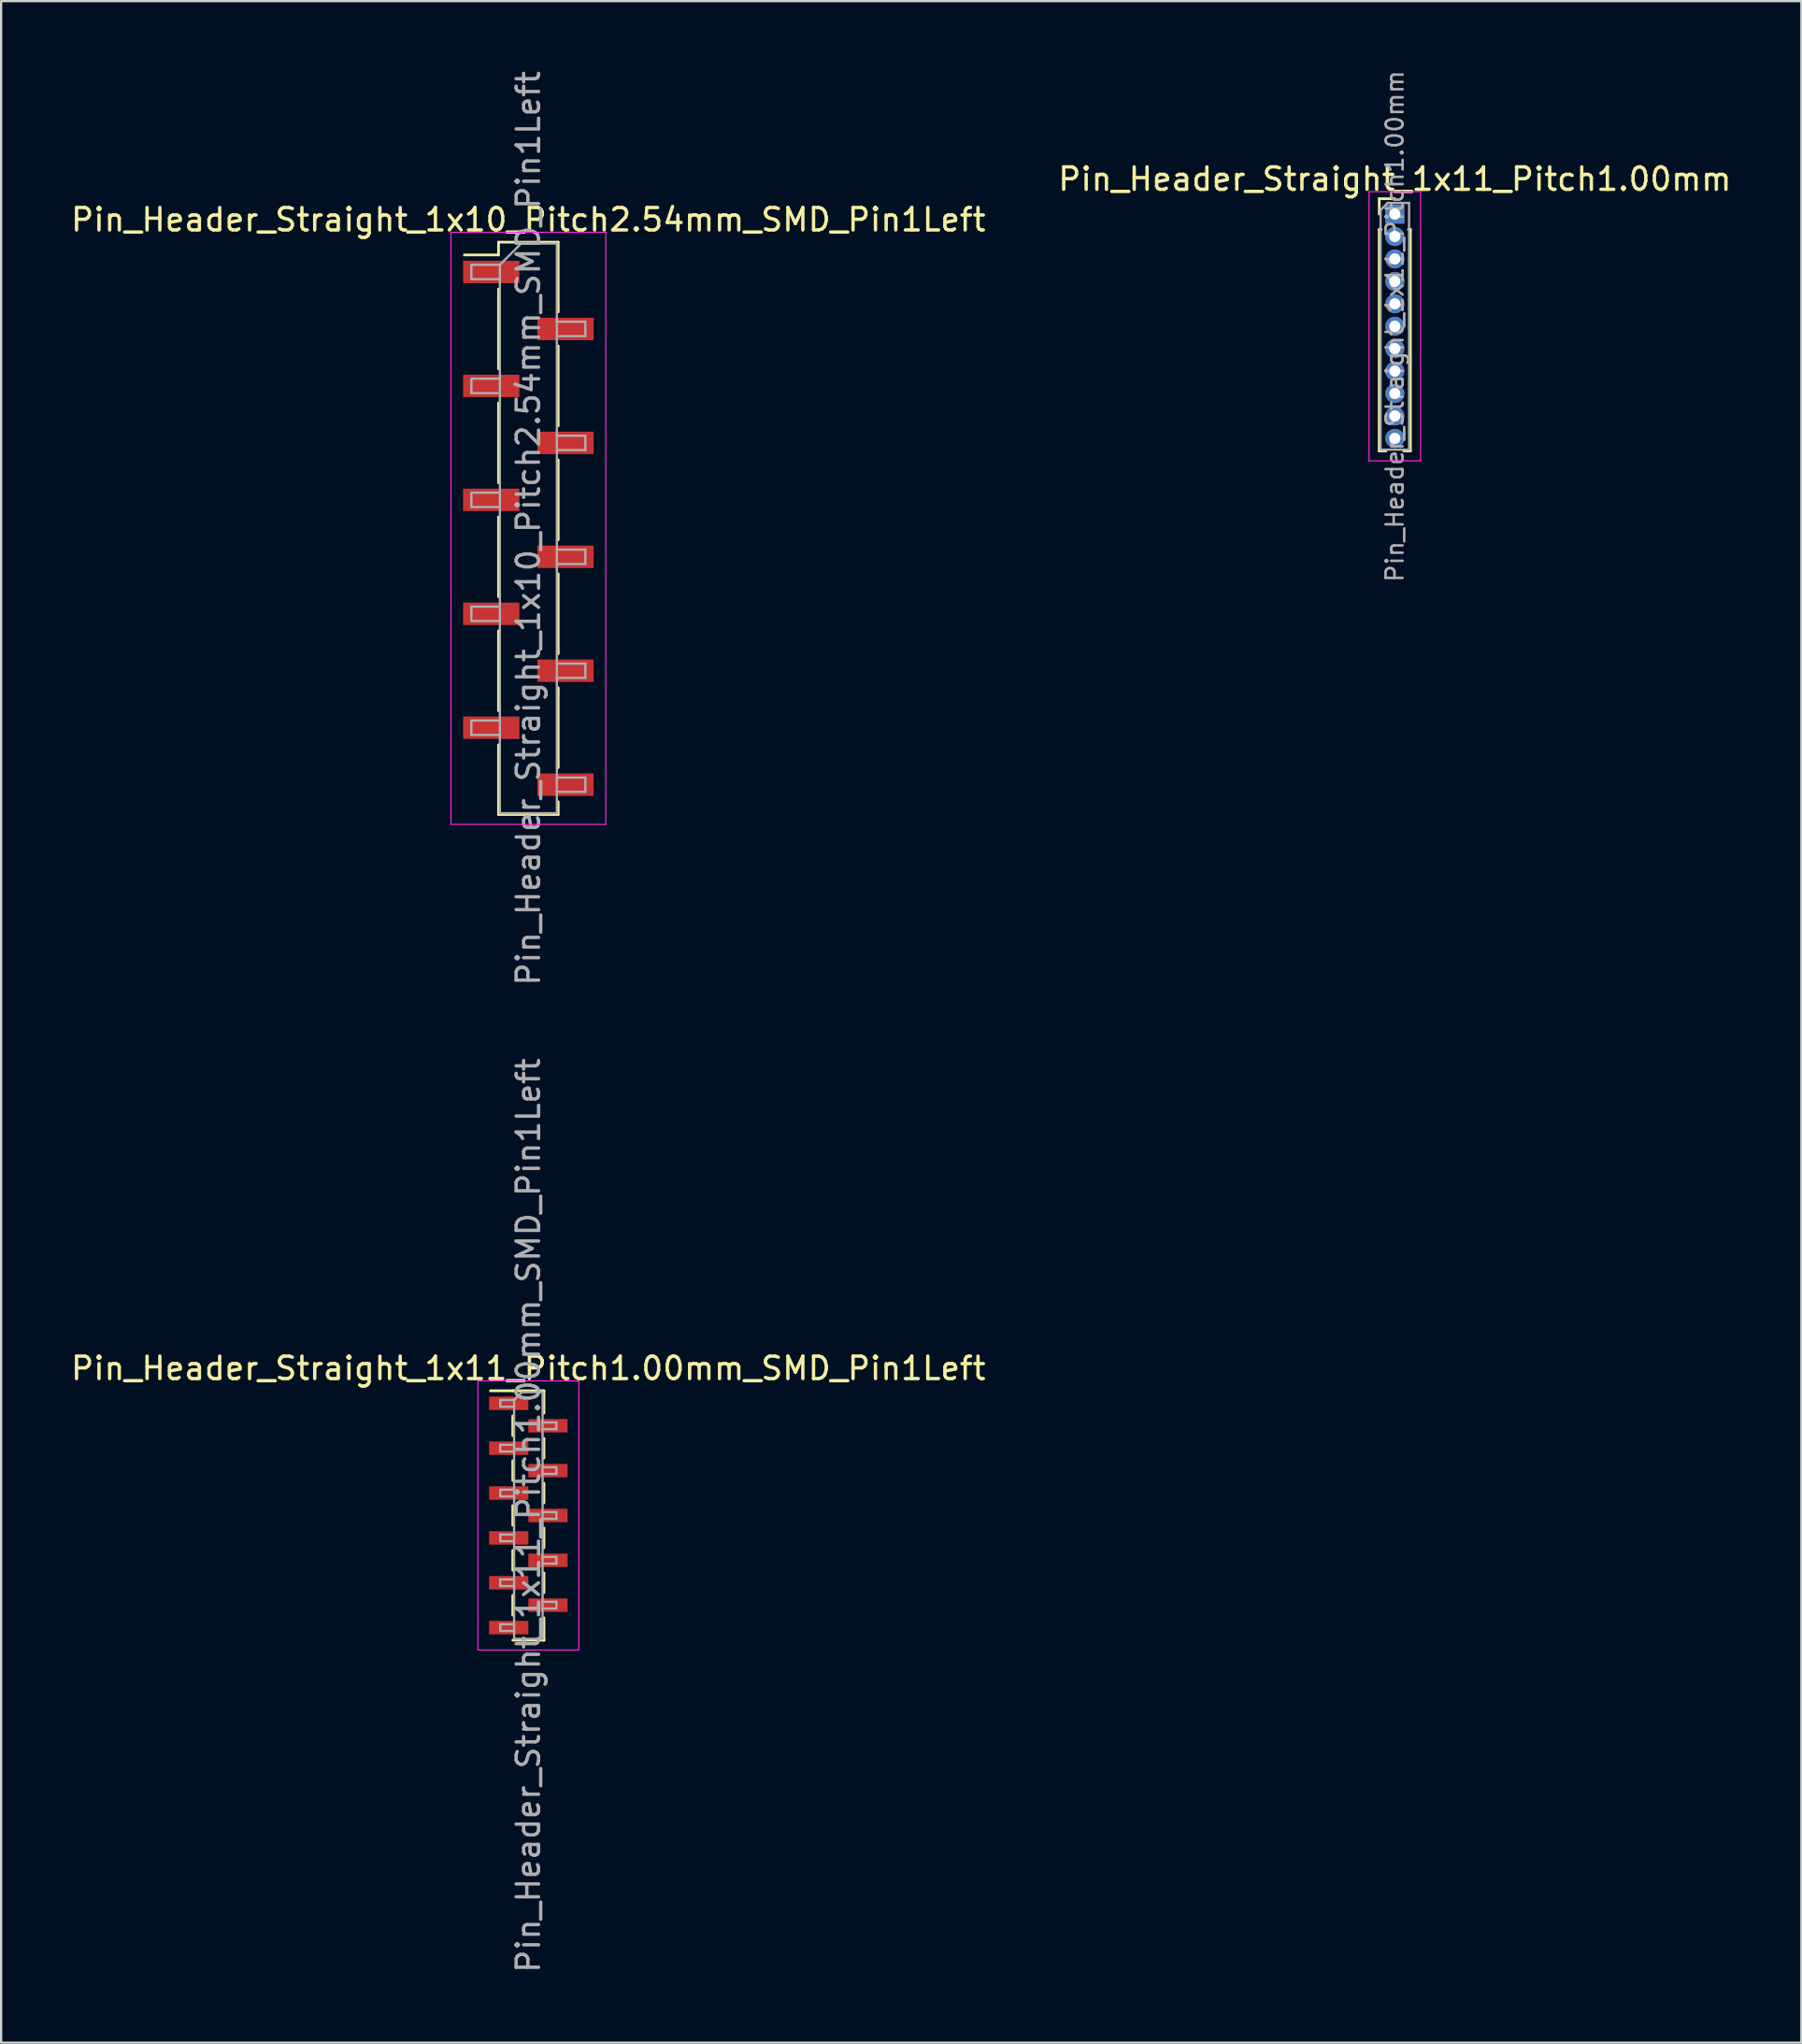
<source format=kicad_pcb>
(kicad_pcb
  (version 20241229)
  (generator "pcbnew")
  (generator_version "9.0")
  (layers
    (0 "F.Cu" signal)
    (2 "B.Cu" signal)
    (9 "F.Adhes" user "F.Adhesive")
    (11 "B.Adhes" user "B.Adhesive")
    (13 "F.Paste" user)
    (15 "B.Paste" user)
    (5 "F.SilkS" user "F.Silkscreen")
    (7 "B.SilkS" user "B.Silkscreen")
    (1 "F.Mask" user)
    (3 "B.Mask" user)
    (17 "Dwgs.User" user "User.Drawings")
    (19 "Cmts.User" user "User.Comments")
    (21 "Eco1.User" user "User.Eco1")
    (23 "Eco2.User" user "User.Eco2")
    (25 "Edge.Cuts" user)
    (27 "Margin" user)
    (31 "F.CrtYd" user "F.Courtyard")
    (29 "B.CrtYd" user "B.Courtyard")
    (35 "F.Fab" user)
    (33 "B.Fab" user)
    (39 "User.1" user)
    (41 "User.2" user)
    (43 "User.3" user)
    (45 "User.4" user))
  (footprint "Pin_Header_Straight_1x11_Pitch1.00mm_SMD_Pin1Left"
    (layer "F.Cu")
    (at 20.506 64.518)
    (property "Reference" "Pin_Header_Straight_1x11_Pitch1.00mm_SMD_Pin1Left" (at 0 -6.56 0) (layer "F.SilkS") (effects (font (size 1 1) (thickness 0.15))))
    (attr smd)
    (fp_line (start -0.695 -5.56) (end -1.69 -5.56) (stroke (width 0.12) (type solid)) (layer "F.SilkS"))
    (fp_line (start -0.695 -5.56) (end -0.695 -5.56) (stroke (width 0.12) (type solid)) (layer "F.SilkS"))
    (fp_line (start -0.695 -5.56) (end 0.695 -5.56) (stroke (width 0.12) (type solid)) (layer "F.SilkS"))
    (fp_line (start -0.695 -4.44) (end -0.695 -3.56) (stroke (width 0.12) (type solid)) (layer "F.SilkS"))
    (fp_line (start -0.695 -2.44) (end -0.695 -1.56) (stroke (width 0.12) (type solid)) (layer "F.SilkS"))
    (fp_line (start -0.695 -0.44) (end -0.695 0.44) (stroke (width 0.12) (type solid)) (layer "F.SilkS"))
    (fp_line (start -0.695 1.56) (end -0.695 2.44) (stroke (width 0.12) (type solid)) (layer "F.SilkS"))
    (fp_line (start -0.695 3.56) (end -0.695 4.44) (stroke (width 0.12) (type solid)) (layer "F.SilkS"))
    (fp_line (start -0.695 5.56) (end 0.695 5.56) (stroke (width 0.12) (type solid)) (layer "F.SilkS"))
    (fp_line (start 0.695 -5.56) (end 0.695 -4.56) (stroke (width 0.12) (type solid)) (layer "F.SilkS"))
    (fp_line (start 0.695 -3.44) (end 0.695 -2.56) (stroke (width 0.12) (type solid)) (layer "F.SilkS"))
    (fp_line (start 0.695 -1.44) (end 0.695 -0.56) (stroke (width 0.12) (type solid)) (layer "F.SilkS"))
    (fp_line (start 0.695 0.56) (end 0.695 1.44) (stroke (width 0.12) (type solid)) (layer "F.SilkS"))
    (fp_line (start 0.695 2.56) (end 0.695 3.44) (stroke (width 0.12) (type solid)) (layer "F.SilkS"))
    (fp_line (start 0.695 4.56) (end 0.695 5.56) (stroke (width 0.12) (type solid)) (layer "F.SilkS"))
    (fp_line (start 0.695 5.56) (end 0.695 5.56) (stroke (width 0.12) (type solid)) (layer "F.SilkS"))
    (fp_line (start -2.25 -6) (end -2.25 6) (stroke (width 0.05) (type solid)) (layer "F.CrtYd"))
    (fp_line (start -2.25 6) (end 2.25 6) (stroke (width 0.05) (type solid)) (layer "F.CrtYd"))
    (fp_line (start 2.25 -6) (end -2.25 -6) (stroke (width 0.05) (type solid)) (layer "F.CrtYd"))
    (fp_line (start 2.25 6) (end 2.25 -6) (stroke (width 0.05) (type solid)) (layer "F.CrtYd"))
    (fp_line (start -1.25 -5.15) (end -1.25 -4.85) (stroke (width 0.1) (type solid)) (layer "F.Fab"))
    (fp_line (start -1.25 -4.85) (end -0.635 -4.85) (stroke (width 0.1) (type solid)) (layer "F.Fab"))
    (fp_line (start -1.25 -3.15) (end -1.25 -2.85) (stroke (width 0.1) (type solid)) (layer "F.Fab"))
    (fp_line (start -1.25 -2.85) (end -0.635 -2.85) (stroke (width 0.1) (type solid)) (layer "F.Fab"))
    (fp_line (start -1.25 -1.15) (end -1.25 -0.85) (stroke (width 0.1) (type solid)) (layer "F.Fab"))
    (fp_line (start -1.25 -0.85) (end -0.635 -0.85) (stroke (width 0.1) (type solid)) (layer "F.Fab"))
    (fp_line (start -1.25 0.85) (end -1.25 1.15) (stroke (width 0.1) (type solid)) (layer "F.Fab"))
    (fp_line (start -1.25 1.15) (end -0.635 1.15) (stroke (width 0.1) (type solid)) (layer "F.Fab"))
    (fp_line (start -1.25 2.85) (end -1.25 3.15) (stroke (width 0.1) (type solid)) (layer "F.Fab"))
    (fp_line (start -1.25 3.15) (end -0.635 3.15) (stroke (width 0.1) (type solid)) (layer "F.Fab"))
    (fp_line (start -1.25 4.85) (end -1.25 5.15) (stroke (width 0.1) (type solid)) (layer "F.Fab"))
    (fp_line (start -1.25 5.15) (end -0.635 5.15) (stroke (width 0.1) (type solid)) (layer "F.Fab"))
    (fp_line (start -0.635 -5.15) (end -1.25 -5.15) (stroke (width 0.1) (type solid)) (layer "F.Fab"))
    (fp_line (start -0.635 -5.15) (end -0.285 -5.5) (stroke (width 0.1) (type solid)) (layer "F.Fab"))
    (fp_line (start -0.635 -3.15) (end -1.25 -3.15) (stroke (width 0.1) (type solid)) (layer "F.Fab"))
    (fp_line (start -0.635 -1.15) (end -1.25 -1.15) (stroke (width 0.1) (type solid)) (layer "F.Fab"))
    (fp_line (start -0.635 0.85) (end -1.25 0.85) (stroke (width 0.1) (type solid)) (layer "F.Fab"))
    (fp_line (start -0.635 2.85) (end -1.25 2.85) (stroke (width 0.1) (type solid)) (layer "F.Fab"))
    (fp_line (start -0.635 4.85) (end -1.25 4.85) (stroke (width 0.1) (type solid)) (layer "F.Fab"))
    (fp_line (start -0.635 5.5) (end -0.635 -5.15) (stroke (width 0.1) (type solid)) (layer "F.Fab"))
    (fp_line (start -0.285 -5.5) (end 0.635 -5.5) (stroke (width 0.1) (type solid)) (layer "F.Fab"))
    (fp_line (start 0.635 -5.5) (end 0.635 5.5) (stroke (width 0.1) (type solid)) (layer "F.Fab"))
    (fp_line (start 0.635 -4.15) (end 1.25 -4.15) (stroke (width 0.1) (type solid)) (layer "F.Fab"))
    (fp_line (start 0.635 -2.15) (end 1.25 -2.15) (stroke (width 0.1) (type solid)) (layer "F.Fab"))
    (fp_line (start 0.635 -0.15) (end 1.25 -0.15) (stroke (width 0.1) (type solid)) (layer "F.Fab"))
    (fp_line (start 0.635 1.85) (end 1.25 1.85) (stroke (width 0.1) (type solid)) (layer "F.Fab"))
    (fp_line (start 0.635 3.85) (end 1.25 3.85) (stroke (width 0.1) (type solid)) (layer "F.Fab"))
    (fp_line (start 0.635 5.5) (end -0.635 5.5) (stroke (width 0.1) (type solid)) (layer "F.Fab"))
    (fp_line (start 1.25 -4.15) (end 1.25 -3.85) (stroke (width 0.1) (type solid)) (layer "F.Fab"))
    (fp_line (start 1.25 -3.85) (end 0.635 -3.85) (stroke (width 0.1) (type solid)) (layer "F.Fab"))
    (fp_line (start 1.25 -2.15) (end 1.25 -1.85) (stroke (width 0.1) (type solid)) (layer "F.Fab"))
    (fp_line (start 1.25 -1.85) (end 0.635 -1.85) (stroke (width 0.1) (type solid)) (layer "F.Fab"))
    (fp_line (start 1.25 -0.15) (end 1.25 0.15) (stroke (width 0.1) (type solid)) (layer "F.Fab"))
    (fp_line (start 1.25 0.15) (end 0.635 0.15) (stroke (width 0.1) (type solid)) (layer "F.Fab"))
    (fp_line (start 1.25 1.85) (end 1.25 2.15) (stroke (width 0.1) (type solid)) (layer "F.Fab"))
    (fp_line (start 1.25 2.15) (end 0.635 2.15) (stroke (width 0.1) (type solid)) (layer "F.Fab"))
    (fp_line (start 1.25 3.85) (end 1.25 4.15) (stroke (width 0.1) (type solid)) (layer "F.Fab"))
    (fp_line (start 1.25 4.15) (end 0.635 4.15) (stroke (width 0.1) (type solid)) (layer "F.Fab"))
    (fp_text user "${REFERENCE}" (at 0 0 90) (layer "F.Fab") (effects (font (size 1 1) (thickness 0.15))))
    (pad "1" smd rect (at -0.875 -5) (size 1.75 0.6) (layers "F.Cu" "F.Mask" "F.Paste"))
    (pad "2" smd rect (at 0.875 -4) (size 1.75 0.6) (layers "F.Cu" "F.Mask" "F.Paste"))
    (pad "3" smd rect (at -0.875 -3) (size 1.75 0.6) (layers "F.Cu" "F.Mask" "F.Paste"))
    (pad "4" smd rect (at 0.875 -2) (size 1.75 0.6) (layers "F.Cu" "F.Mask" "F.Paste"))
    (pad "5" smd rect (at -0.875 -1) (size 1.75 0.6) (layers "F.Cu" "F.Mask" "F.Paste"))
    (pad "6" smd rect (at 0.875 0) (size 1.75 0.6) (layers "F.Cu" "F.Mask" "F.Paste"))
    (pad "7" smd rect (at -0.875 1) (size 1.75 0.6) (layers "F.Cu" "F.Mask" "F.Paste"))
    (pad "8" smd rect (at 0.875 2) (size 1.75 0.6) (layers "F.Cu" "F.Mask" "F.Paste"))
    (pad "9" smd rect (at -0.875 3) (size 1.75 0.6) (layers "F.Cu" "F.Mask" "F.Paste"))
    (pad "10" smd rect (at 0.875 4) (size 1.75 0.6) (layers "F.Cu" "F.Mask" "F.Paste"))
    (pad "11" smd rect (at -0.875 5) (size 1.75 0.6) (layers "F.Cu" "F.Mask" "F.Paste")))
  (footprint "Pin_Header_Straight_1x10_Pitch2.54mm_SMD_Pin1Left"
    (layer "F.Cu")
    (at 20.506 20.506)
    (property "Reference" "Pin_Header_Straight_1x10_Pitch2.54mm_SMD_Pin1Left" (at 0 -13.76 0) (layer "F.SilkS") (effects (font (size 1 1) (thickness 0.15))))
    (attr smd)
    (fp_line (start -1.33 -12.76) (end -1.33 -12.19) (stroke (width 0.12) (type solid)) (layer "F.SilkS"))
    (fp_line (start -1.33 -12.76) (end 1.33 -12.76) (stroke (width 0.12) (type solid)) (layer "F.SilkS"))
    (fp_line (start -1.33 -12.19) (end -2.85 -12.19) (stroke (width 0.12) (type solid)) (layer "F.SilkS"))
    (fp_line (start -1.33 -10.67) (end -1.33 -7.11) (stroke (width 0.12) (type solid)) (layer "F.SilkS"))
    (fp_line (start -1.33 -5.59) (end -1.33 -2.03) (stroke (width 0.12) (type solid)) (layer "F.SilkS"))
    (fp_line (start -1.33 -0.51) (end -1.33 3.05) (stroke (width 0.12) (type solid)) (layer "F.SilkS"))
    (fp_line (start -1.33 4.57) (end -1.33 8.13) (stroke (width 0.12) (type solid)) (layer "F.SilkS"))
    (fp_line (start -1.33 9.65) (end -1.33 12.76) (stroke (width 0.12) (type solid)) (layer "F.SilkS"))
    (fp_line (start -1.33 12.76) (end 1.33 12.76) (stroke (width 0.12) (type solid)) (layer "F.SilkS"))
    (fp_line (start 1.33 -12.76) (end 1.33 -9.65) (stroke (width 0.12) (type solid)) (layer "F.SilkS"))
    (fp_line (start 1.33 -8.13) (end 1.33 -4.57) (stroke (width 0.12) (type solid)) (layer "F.SilkS"))
    (fp_line (start 1.33 -3.05) (end 1.33 0.51) (stroke (width 0.12) (type solid)) (layer "F.SilkS"))
    (fp_line (start 1.33 2.03) (end 1.33 5.59) (stroke (width 0.12) (type solid)) (layer "F.SilkS"))
    (fp_line (start 1.33 7.11) (end 1.33 10.67) (stroke (width 0.12) (type solid)) (layer "F.SilkS"))
    (fp_line (start 1.33 12.19) (end 1.33 12.76) (stroke (width 0.12) (type solid)) (layer "F.SilkS"))
    (fp_line (start -3.45 -13.2) (end -3.45 13.2) (stroke (width 0.05) (type solid)) (layer "F.CrtYd"))
    (fp_line (start -3.45 13.2) (end 3.45 13.2) (stroke (width 0.05) (type solid)) (layer "F.CrtYd"))
    (fp_line (start 3.45 -13.2) (end -3.45 -13.2) (stroke (width 0.05) (type solid)) (layer "F.CrtYd"))
    (fp_line (start 3.45 13.2) (end 3.45 -13.2) (stroke (width 0.05) (type solid)) (layer "F.CrtYd"))
    (fp_line (start -2.54 -11.75) (end -2.54 -11.11) (stroke (width 0.1) (type solid)) (layer "F.Fab"))
    (fp_line (start -2.54 -11.11) (end -1.27 -11.11) (stroke (width 0.1) (type solid)) (layer "F.Fab"))
    (fp_line (start -2.54 -6.67) (end -2.54 -6.03) (stroke (width 0.1) (type solid)) (layer "F.Fab"))
    (fp_line (start -2.54 -6.03) (end -1.27 -6.03) (stroke (width 0.1) (type solid)) (layer "F.Fab"))
    (fp_line (start -2.54 -1.59) (end -2.54 -0.95) (stroke (width 0.1) (type solid)) (layer "F.Fab"))
    (fp_line (start -2.54 -0.95) (end -1.27 -0.95) (stroke (width 0.1) (type solid)) (layer "F.Fab"))
    (fp_line (start -2.54 3.49) (end -2.54 4.13) (stroke (width 0.1) (type solid)) (layer "F.Fab"))
    (fp_line (start -2.54 4.13) (end -1.27 4.13) (stroke (width 0.1) (type solid)) (layer "F.Fab"))
    (fp_line (start -2.54 8.57) (end -2.54 9.21) (stroke (width 0.1) (type solid)) (layer "F.Fab"))
    (fp_line (start -2.54 9.21) (end -1.27 9.21) (stroke (width 0.1) (type solid)) (layer "F.Fab"))
    (fp_line (start -1.27 -11.75) (end -2.54 -11.75) (stroke (width 0.1) (type solid)) (layer "F.Fab"))
    (fp_line (start -1.27 -11.75) (end -0.32 -12.7) (stroke (width 0.1) (type solid)) (layer "F.Fab"))
    (fp_line (start -1.27 -6.67) (end -2.54 -6.67) (stroke (width 0.1) (type solid)) (layer "F.Fab"))
    (fp_line (start -1.27 -1.59) (end -2.54 -1.59) (stroke (width 0.1) (type solid)) (layer "F.Fab"))
    (fp_line (start -1.27 3.49) (end -2.54 3.49) (stroke (width 0.1) (type solid)) (layer "F.Fab"))
    (fp_line (start -1.27 8.57) (end -2.54 8.57) (stroke (width 0.1) (type solid)) (layer "F.Fab"))
    (fp_line (start -1.27 12.7) (end -1.27 -11.75) (stroke (width 0.1) (type solid)) (layer "F.Fab"))
    (fp_line (start -0.32 -12.7) (end 1.27 -12.7) (stroke (width 0.1) (type solid)) (layer "F.Fab"))
    (fp_line (start 1.27 -12.7) (end 1.27 12.7) (stroke (width 0.1) (type solid)) (layer "F.Fab"))
    (fp_line (start 1.27 -9.21) (end 2.54 -9.21) (stroke (width 0.1) (type solid)) (layer "F.Fab"))
    (fp_line (start 1.27 -4.13) (end 2.54 -4.13) (stroke (width 0.1) (type solid)) (layer "F.Fab"))
    (fp_line (start 1.27 0.95) (end 2.54 0.95) (stroke (width 0.1) (type solid)) (layer "F.Fab"))
    (fp_line (start 1.27 6.03) (end 2.54 6.03) (stroke (width 0.1) (type solid)) (layer "F.Fab"))
    (fp_line (start 1.27 11.11) (end 2.54 11.11) (stroke (width 0.1) (type solid)) (layer "F.Fab"))
    (fp_line (start 1.27 12.7) (end -1.27 12.7) (stroke (width 0.1) (type solid)) (layer "F.Fab"))
    (fp_line (start 2.54 -9.21) (end 2.54 -8.57) (stroke (width 0.1) (type solid)) (layer "F.Fab"))
    (fp_line (start 2.54 -8.57) (end 1.27 -8.57) (stroke (width 0.1) (type solid)) (layer "F.Fab"))
    (fp_line (start 2.54 -4.13) (end 2.54 -3.49) (stroke (width 0.1) (type solid)) (layer "F.Fab"))
    (fp_line (start 2.54 -3.49) (end 1.27 -3.49) (stroke (width 0.1) (type solid)) (layer "F.Fab"))
    (fp_line (start 2.54 0.95) (end 2.54 1.59) (stroke (width 0.1) (type solid)) (layer "F.Fab"))
    (fp_line (start 2.54 1.59) (end 1.27 1.59) (stroke (width 0.1) (type solid)) (layer "F.Fab"))
    (fp_line (start 2.54 6.03) (end 2.54 6.67) (stroke (width 0.1) (type solid)) (layer "F.Fab"))
    (fp_line (start 2.54 6.67) (end 1.27 6.67) (stroke (width 0.1) (type solid)) (layer "F.Fab"))
    (fp_line (start 2.54 11.11) (end 2.54 11.75) (stroke (width 0.1) (type solid)) (layer "F.Fab"))
    (fp_line (start 2.54 11.75) (end 1.27 11.75) (stroke (width 0.1) (type solid)) (layer "F.Fab"))
    (fp_text user "${REFERENCE}" (at 0 0 90) (layer "F.Fab") (effects (font (size 1 1) (thickness 0.15))))
    (pad "1" smd rect (at -1.655 -11.43) (size 2.51 1) (layers "F.Cu" "F.Mask" "F.Paste"))
    (pad "2" smd rect (at 1.655 -8.89) (size 2.51 1) (layers "F.Cu" "F.Mask" "F.Paste"))
    (pad "3" smd rect (at -1.655 -6.35) (size 2.51 1) (layers "F.Cu" "F.Mask" "F.Paste"))
    (pad "4" smd rect (at 1.655 -3.81) (size 2.51 1) (layers "F.Cu" "F.Mask" "F.Paste"))
    (pad "5" smd rect (at -1.655 -1.27) (size 2.51 1) (layers "F.Cu" "F.Mask" "F.Paste"))
    (pad "6" smd rect (at 1.655 1.27) (size 2.51 1) (layers "F.Cu" "F.Mask" "F.Paste"))
    (pad "7" smd rect (at -1.655 3.81) (size 2.51 1) (layers "F.Cu" "F.Mask" "F.Paste"))
    (pad "8" smd rect (at 1.655 6.35) (size 2.51 1) (layers "F.Cu" "F.Mask" "F.Paste"))
    (pad "9" smd rect (at -1.655 8.89) (size 2.51 1) (layers "F.Cu" "F.Mask" "F.Paste"))
    (pad "10" smd rect (at 1.655 11.43) (size 2.51 1) (layers "F.Cu" "F.Mask" "F.Paste")))
  (footprint "Pin_Header_Straight_1x11_Pitch1.00mm"
    (layer "F.Cu")
    (at 59.137 6.495)
    (property "Reference" "Pin_Header_Straight_1x11_Pitch1.00mm" (at 0 -1.56 0) (layer "F.SilkS") (effects (font (size 1 1) (thickness 0.15))))
    (attr through_hole)
    (fp_line (start -0.695 -0.685) (end 0 -0.685) (stroke (width 0.12) (type solid)) (layer "F.SilkS"))
    (fp_line (start -0.695 0) (end -0.695 -0.685) (stroke (width 0.12) (type solid)) (layer "F.SilkS"))
    (fp_line (start -0.695 0.685) (end -0.695 10.56) (stroke (width 0.12) (type solid)) (layer "F.SilkS"))
    (fp_line (start -0.695 0.685) (end -0.608 0.685) (stroke (width 0.12) (type solid)) (layer "F.SilkS"))
    (fp_line (start -0.695 10.56) (end -0.394 10.56) (stroke (width 0.12) (type solid)) (layer "F.SilkS"))
    (fp_line (start 0.394 10.56) (end 0.695 10.56) (stroke (width 0.12) (type solid)) (layer "F.SilkS"))
    (fp_line (start 0.608 0.685) (end 0.695 0.685) (stroke (width 0.12) (type solid)) (layer "F.SilkS"))
    (fp_line (start 0.695 0.685) (end 0.695 10.56) (stroke (width 0.12) (type solid)) (layer "F.SilkS"))
    (fp_line (start -1.15 -1) (end -1.15 11) (stroke (width 0.05) (type solid)) (layer "F.CrtYd"))
    (fp_line (start -1.15 11) (end 1.15 11) (stroke (width 0.05) (type solid)) (layer "F.CrtYd"))
    (fp_line (start 1.15 -1) (end -1.15 -1) (stroke (width 0.05) (type solid)) (layer "F.CrtYd"))
    (fp_line (start 1.15 11) (end 1.15 -1) (stroke (width 0.05) (type solid)) (layer "F.CrtYd"))
    (fp_line (start -0.635 -0.182) (end -0.318 -0.5) (stroke (width 0.1) (type solid)) (layer "F.Fab"))
    (fp_line (start -0.635 10.5) (end -0.635 -0.182) (stroke (width 0.1) (type solid)) (layer "F.Fab"))
    (fp_line (start -0.318 -0.5) (end 0.635 -0.5) (stroke (width 0.1) (type solid)) (layer "F.Fab"))
    (fp_line (start 0.635 -0.5) (end 0.635 10.5) (stroke (width 0.1) (type solid)) (layer "F.Fab"))
    (fp_line (start 0.635 10.5) (end -0.635 10.5) (stroke (width 0.1) (type solid)) (layer "F.Fab"))
    (fp_text user "${REFERENCE}" (at 0 5 90) (layer "F.Fab") (effects (font (size 0.76 0.76) (thickness 0.114))))
    (pad "1" thru_hole rect (at 0 0) (size 0.85 0.85) (drill 0.5) (layers "*.Cu" "*.Mask"))
    (pad "2" thru_hole oval (at 0 1) (size 0.85 0.85) (drill 0.5) (layers "*.Cu" "*.Mask"))
    (pad "3" thru_hole oval (at 0 2) (size 0.85 0.85) (drill 0.5) (layers "*.Cu" "*.Mask"))
    (pad "4" thru_hole oval (at 0 3) (size 0.85 0.85) (drill 0.5) (layers "*.Cu" "*.Mask"))
    (pad "5" thru_hole oval (at 0 4) (size 0.85 0.85) (drill 0.5) (layers "*.Cu" "*.Mask"))
    (pad "6" thru_hole oval (at 0 5) (size 0.85 0.85) (drill 0.5) (layers "*.Cu" "*.Mask"))
    (pad "7" thru_hole oval (at 0 6) (size 0.85 0.85) (drill 0.5) (layers "*.Cu" "*.Mask"))
    (pad "8" thru_hole oval (at 0 7) (size 0.85 0.85) (drill 0.5) (layers "*.Cu" "*.Mask"))
    (pad "9" thru_hole oval (at 0 8) (size 0.85 0.85) (drill 0.5) (layers "*.Cu" "*.Mask"))
    (pad "10" thru_hole oval (at 0 9) (size 0.85 0.85) (drill 0.5) (layers "*.Cu" "*.Mask"))
    (pad "11" thru_hole oval (at 0 10) (size 0.85 0.85) (drill 0.5) (layers "*.Cu" "*.Mask")))
  (gr_rect
    (start -3 -3)
    (end 77.262 88.024)
    (stroke (width 0.1) (type default))
    (fill no)
    (layer "Edge.Cuts")))
</source>
